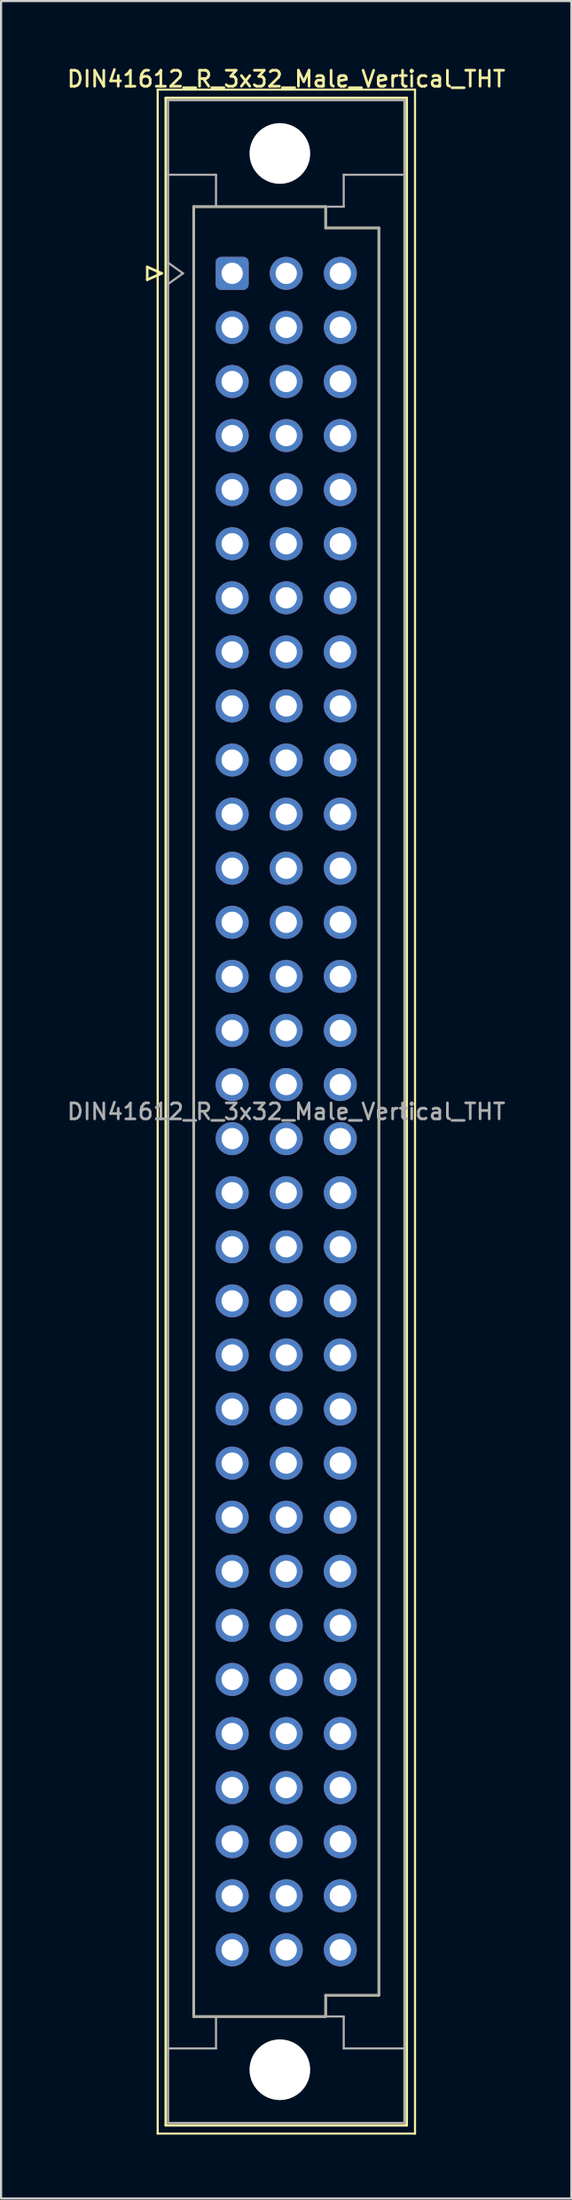
<source format=kicad_pcb>
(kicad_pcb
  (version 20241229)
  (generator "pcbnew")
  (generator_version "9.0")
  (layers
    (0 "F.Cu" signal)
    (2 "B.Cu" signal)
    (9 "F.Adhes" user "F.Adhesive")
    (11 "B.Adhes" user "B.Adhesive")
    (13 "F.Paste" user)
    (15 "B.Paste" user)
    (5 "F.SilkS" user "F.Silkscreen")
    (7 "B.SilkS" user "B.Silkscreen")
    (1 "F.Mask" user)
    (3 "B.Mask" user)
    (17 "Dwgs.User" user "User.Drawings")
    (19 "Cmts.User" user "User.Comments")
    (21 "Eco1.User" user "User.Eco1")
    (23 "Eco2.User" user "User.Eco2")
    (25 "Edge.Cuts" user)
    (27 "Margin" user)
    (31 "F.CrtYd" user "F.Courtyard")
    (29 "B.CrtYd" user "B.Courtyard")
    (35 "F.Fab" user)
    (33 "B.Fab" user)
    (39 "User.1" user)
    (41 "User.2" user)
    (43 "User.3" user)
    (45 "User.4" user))
  (footprint "DIN41612_R_3x32_Male_Vertical_THT"
    (layer "F.Cu")
    (at 7.858 9.788)
    (property "Reference" "DIN41612_R_3x32_Male_Vertical_THT" (at 2.54 -9.13 0) (layer "F.SilkS") (effects (font (size 0.75 0.75) (thickness 0.125))))
    (attr through_hole)
    (fp_line (start -3.99 -0.3) (end -3.99 0.3) (stroke (width 0.12) (type solid)) (layer "F.SilkS"))
    (fp_line (start -3.99 0.3) (end -3.31 0) (stroke (width 0.12) (type solid)) (layer "F.SilkS"))
    (fp_line (start -3.5 -8.63) (end 8.59 -8.63) (stroke (width 0.1) (type solid)) (layer "F.SilkS"))
    (fp_line (start -3.5 87.37) (end -3.5 -8.63) (stroke (width 0.1) (type solid)) (layer "F.SilkS"))
    (fp_line (start -3.31 0) (end -3.99 -0.3) (stroke (width 0.12) (type solid)) (layer "F.SilkS"))
    (fp_line (start -3.12 -8.24) (end 8.2 -8.24) (stroke (width 0.12) (type solid)) (layer "F.SilkS"))
    (fp_line (start -3.12 86.98) (end -3.12 -8.24) (stroke (width 0.12) (type solid)) (layer "F.SilkS"))
    (fp_line (start -1.81 -3.131) (end 4.39 -3.131) (stroke (width 0.12) (type solid)) (layer "F.SilkS"))
    (fp_line (start -1.81 81.87) (end -1.81 -3.131) (stroke (width 0.12) (type solid)) (layer "F.SilkS"))
    (fp_line (start 4.39 -3.131) (end 4.39 -2.131) (stroke (width 0.12) (type solid)) (layer "F.SilkS"))
    (fp_line (start 4.39 -2.131) (end 6.89 -2.131) (stroke (width 0.12) (type solid)) (layer "F.SilkS"))
    (fp_line (start 4.39 80.87) (end 4.39 81.87) (stroke (width 0.12) (type solid)) (layer "F.SilkS"))
    (fp_line (start 4.39 81.87) (end -1.81 81.87) (stroke (width 0.12) (type solid)) (layer "F.SilkS"))
    (fp_line (start 6.89 -2.131) (end 6.89 80.87) (stroke (width 0.12) (type solid)) (layer "F.SilkS"))
    (fp_line (start 6.89 80.87) (end 4.39 80.87) (stroke (width 0.12) (type solid)) (layer "F.SilkS"))
    (fp_line (start 8.2 -8.24) (end 8.2 86.98) (stroke (width 0.12) (type solid)) (layer "F.SilkS"))
    (fp_line (start 8.2 86.98) (end -3.12 86.98) (stroke (width 0.12) (type solid)) (layer "F.SilkS"))
    (fp_line (start 8.59 -8.63) (end 8.59 87.37) (stroke (width 0.1) (type solid)) (layer "F.SilkS"))
    (fp_line (start 8.59 87.37) (end -3.5 87.37) (stroke (width 0.1) (type solid)) (layer "F.SilkS"))
    (fp_line (start -3.01 -8.13) (end 8.09 -8.13) (stroke (width 0.1) (type solid)) (layer "F.Fab"))
    (fp_line (start -3.01 -4.63) (end -0.76 -4.63) (stroke (width 0.1) (type solid)) (layer "F.Fab"))
    (fp_line (start -3.01 -0.5) (end -2.31 0) (stroke (width 0.1) (type solid)) (layer "F.Fab"))
    (fp_line (start -3.01 83.37) (end -0.76 83.37) (stroke (width 0.1) (type solid)) (layer "F.Fab"))
    (fp_line (start -3.01 86.87) (end -3.01 -8.13) (stroke (width 0.1) (type solid)) (layer "F.Fab"))
    (fp_line (start -2.31 0) (end -3.01 0.5) (stroke (width 0.1) (type solid)) (layer "F.Fab"))
    (fp_line (start -1.81 -3.13) (end 4.39 -3.13) (stroke (width 0.1) (type solid)) (layer "F.Fab"))
    (fp_line (start -1.81 81.87) (end -1.81 -3.13) (stroke (width 0.1) (type solid)) (layer "F.Fab"))
    (fp_line (start -0.76 -4.63) (end -0.76 -3.13) (stroke (width 0.1) (type solid)) (layer "F.Fab"))
    (fp_line (start -0.76 83.37) (end -0.76 81.87) (stroke (width 0.1) (type solid)) (layer "F.Fab"))
    (fp_line (start 4.39 -3.13) (end 4.39 -2.13) (stroke (width 0.1) (type solid)) (layer "F.Fab"))
    (fp_line (start 4.39 -3.13) (end 5.24 -3.13) (stroke (width 0.1) (type solid)) (layer "F.Fab"))
    (fp_line (start 4.39 -2.13) (end 6.89 -2.13) (stroke (width 0.1) (type solid)) (layer "F.Fab"))
    (fp_line (start 4.39 80.87) (end 4.39 81.87) (stroke (width 0.1) (type solid)) (layer "F.Fab"))
    (fp_line (start 4.39 81.87) (end -1.81 81.87) (stroke (width 0.1) (type solid)) (layer "F.Fab"))
    (fp_line (start 4.39 81.87) (end 5.24 81.87) (stroke (width 0.1) (type solid)) (layer "F.Fab"))
    (fp_line (start 5.24 -4.63) (end 8.09 -4.63) (stroke (width 0.1) (type solid)) (layer "F.Fab"))
    (fp_line (start 5.24 -3.13) (end 5.24 -4.63) (stroke (width 0.1) (type solid)) (layer "F.Fab"))
    (fp_line (start 5.24 81.87) (end 5.24 83.37) (stroke (width 0.1) (type solid)) (layer "F.Fab"))
    (fp_line (start 5.24 83.37) (end 8.09 83.37) (stroke (width 0.1) (type solid)) (layer "F.Fab"))
    (fp_line (start 6.89 -2.13) (end 6.89 80.87) (stroke (width 0.1) (type solid)) (layer "F.Fab"))
    (fp_line (start 6.89 80.87) (end 4.39 80.87) (stroke (width 0.1) (type solid)) (layer "F.Fab"))
    (fp_line (start 8.09 -8.13) (end 8.09 86.87) (stroke (width 0.1) (type solid)) (layer "F.Fab"))
    (fp_line (start 8.09 86.87) (end -3.01 86.87) (stroke (width 0.1) (type solid)) (layer "F.Fab"))
    (fp_text user "${REFERENCE}" (at 2.54 39.37 0) (layer "F.Fab") (effects (font (size 0.75 0.75) (thickness 0.125))))
    (pad "" np_thru_hole circle (at 2.24 -5.63) (size 2.85 2.85) (drill 2.85) (layers "*.Cu" "*.Mask"))
    (pad "" np_thru_hole circle (at 2.24 84.37) (size 2.85 2.85) (drill 2.85) (layers "*.Cu" "*.Mask"))
    (pad "a1" thru_hole roundrect (at 0 0) (size 1.55 1.55) (drill 1) (layers "*.Cu" "*.Mask") (roundrect_rratio 0.161))
    (pad "a2" thru_hole circle (at 0 2.54) (size 1.55 1.55) (drill 1) (layers "*.Cu" "*.Mask"))
    (pad "a3" thru_hole circle (at 0 5.08) (size 1.55 1.55) (drill 1) (layers "*.Cu" "*.Mask"))
    (pad "a4" thru_hole circle (at 0 7.62) (size 1.55 1.55) (drill 1) (layers "*.Cu" "*.Mask"))
    (pad "a5" thru_hole circle (at 0 10.16) (size 1.55 1.55) (drill 1) (layers "*.Cu" "*.Mask"))
    (pad "a6" thru_hole circle (at 0 12.7) (size 1.55 1.55) (drill 1) (layers "*.Cu" "*.Mask"))
    (pad "a7" thru_hole circle (at 0 15.24) (size 1.55 1.55) (drill 1) (layers "*.Cu" "*.Mask"))
    (pad "a8" thru_hole circle (at 0 17.78) (size 1.55 1.55) (drill 1) (layers "*.Cu" "*.Mask"))
    (pad "a9" thru_hole circle (at 0 20.32) (size 1.55 1.55) (drill 1) (layers "*.Cu" "*.Mask"))
    (pad "a10" thru_hole circle (at 0 22.86) (size 1.55 1.55) (drill 1) (layers "*.Cu" "*.Mask"))
    (pad "a11" thru_hole circle (at 0 25.4) (size 1.55 1.55) (drill 1) (layers "*.Cu" "*.Mask"))
    (pad "a12" thru_hole circle (at 0 27.94) (size 1.55 1.55) (drill 1) (layers "*.Cu" "*.Mask"))
    (pad "a13" thru_hole circle (at 0 30.48) (size 1.55 1.55) (drill 1) (layers "*.Cu" "*.Mask"))
    (pad "a14" thru_hole circle (at 0 33.02) (size 1.55 1.55) (drill 1) (layers "*.Cu" "*.Mask"))
    (pad "a15" thru_hole circle (at 0 35.56) (size 1.55 1.55) (drill 1) (layers "*.Cu" "*.Mask"))
    (pad "a16" thru_hole circle (at 0 38.1) (size 1.55 1.55) (drill 1) (layers "*.Cu" "*.Mask"))
    (pad "a17" thru_hole circle (at 0 40.64) (size 1.55 1.55) (drill 1) (layers "*.Cu" "*.Mask"))
    (pad "a18" thru_hole circle (at 0 43.18) (size 1.55 1.55) (drill 1) (layers "*.Cu" "*.Mask"))
    (pad "a19" thru_hole circle (at 0 45.72) (size 1.55 1.55) (drill 1) (layers "*.Cu" "*.Mask"))
    (pad "a20" thru_hole circle (at 0 48.26) (size 1.55 1.55) (drill 1) (layers "*.Cu" "*.Mask"))
    (pad "a21" thru_hole circle (at 0 50.8) (size 1.55 1.55) (drill 1) (layers "*.Cu" "*.Mask"))
    (pad "a22" thru_hole circle (at 0 53.34) (size 1.55 1.55) (drill 1) (layers "*.Cu" "*.Mask"))
    (pad "a23" thru_hole circle (at 0 55.88) (size 1.55 1.55) (drill 1) (layers "*.Cu" "*.Mask"))
    (pad "a24" thru_hole circle (at 0 58.42) (size 1.55 1.55) (drill 1) (layers "*.Cu" "*.Mask"))
    (pad "a25" thru_hole circle (at 0 60.96) (size 1.55 1.55) (drill 1) (layers "*.Cu" "*.Mask"))
    (pad "a26" thru_hole circle (at 0 63.5) (size 1.55 1.55) (drill 1) (layers "*.Cu" "*.Mask"))
    (pad "a27" thru_hole circle (at 0 66.04) (size 1.55 1.55) (drill 1) (layers "*.Cu" "*.Mask"))
    (pad "a28" thru_hole circle (at 0 68.58) (size 1.55 1.55) (drill 1) (layers "*.Cu" "*.Mask"))
    (pad "a29" thru_hole circle (at 0 71.12) (size 1.55 1.55) (drill 1) (layers "*.Cu" "*.Mask"))
    (pad "a30" thru_hole circle (at 0 73.66) (size 1.55 1.55) (drill 1) (layers "*.Cu" "*.Mask"))
    (pad "a31" thru_hole circle (at 0 76.2) (size 1.55 1.55) (drill 1) (layers "*.Cu" "*.Mask"))
    (pad "a32" thru_hole circle (at 0 78.74) (size 1.55 1.55) (drill 1) (layers "*.Cu" "*.Mask"))
    (pad "b1" thru_hole circle (at 2.54 0) (size 1.55 1.55) (drill 1) (layers "*.Cu" "*.Mask"))
    (pad "b2" thru_hole circle (at 2.54 2.54) (size 1.55 1.55) (drill 1) (layers "*.Cu" "*.Mask"))
    (pad "b3" thru_hole circle (at 2.54 5.08) (size 1.55 1.55) (drill 1) (layers "*.Cu" "*.Mask"))
    (pad "b4" thru_hole circle (at 2.54 7.62) (size 1.55 1.55) (drill 1) (layers "*.Cu" "*.Mask"))
    (pad "b5" thru_hole circle (at 2.54 10.16) (size 1.55 1.55) (drill 1) (layers "*.Cu" "*.Mask"))
    (pad "b6" thru_hole circle (at 2.54 12.7) (size 1.55 1.55) (drill 1) (layers "*.Cu" "*.Mask"))
    (pad "b7" thru_hole circle (at 2.54 15.24) (size 1.55 1.55) (drill 1) (layers "*.Cu" "*.Mask"))
    (pad "b8" thru_hole circle (at 2.54 17.78) (size 1.55 1.55) (drill 1) (layers "*.Cu" "*.Mask"))
    (pad "b9" thru_hole circle (at 2.54 20.32) (size 1.55 1.55) (drill 1) (layers "*.Cu" "*.Mask"))
    (pad "b10" thru_hole circle (at 2.54 22.86) (size 1.55 1.55) (drill 1) (layers "*.Cu" "*.Mask"))
    (pad "b11" thru_hole circle (at 2.54 25.4) (size 1.55 1.55) (drill 1) (layers "*.Cu" "*.Mask"))
    (pad "b12" thru_hole circle (at 2.54 27.94) (size 1.55 1.55) (drill 1) (layers "*.Cu" "*.Mask"))
    (pad "b13" thru_hole circle (at 2.54 30.48) (size 1.55 1.55) (drill 1) (layers "*.Cu" "*.Mask"))
    (pad "b14" thru_hole circle (at 2.54 33.02) (size 1.55 1.55) (drill 1) (layers "*.Cu" "*.Mask"))
    (pad "b15" thru_hole circle (at 2.54 35.56) (size 1.55 1.55) (drill 1) (layers "*.Cu" "*.Mask"))
    (pad "b16" thru_hole circle (at 2.54 38.1) (size 1.55 1.55) (drill 1) (layers "*.Cu" "*.Mask"))
    (pad "b17" thru_hole circle (at 2.54 40.64) (size 1.55 1.55) (drill 1) (layers "*.Cu" "*.Mask"))
    (pad "b18" thru_hole circle (at 2.54 43.18) (size 1.55 1.55) (drill 1) (layers "*.Cu" "*.Mask"))
    (pad "b19" thru_hole circle (at 2.54 45.72) (size 1.55 1.55) (drill 1) (layers "*.Cu" "*.Mask"))
    (pad "b20" thru_hole circle (at 2.54 48.26) (size 1.55 1.55) (drill 1) (layers "*.Cu" "*.Mask"))
    (pad "b21" thru_hole circle (at 2.54 50.8) (size 1.55 1.55) (drill 1) (layers "*.Cu" "*.Mask"))
    (pad "b22" thru_hole circle (at 2.54 53.34) (size 1.55 1.55) (drill 1) (layers "*.Cu" "*.Mask"))
    (pad "b23" thru_hole circle (at 2.54 55.88) (size 1.55 1.55) (drill 1) (layers "*.Cu" "*.Mask"))
    (pad "b24" thru_hole circle (at 2.54 58.42) (size 1.55 1.55) (drill 1) (layers "*.Cu" "*.Mask"))
    (pad "b25" thru_hole circle (at 2.54 60.96) (size 1.55 1.55) (drill 1) (layers "*.Cu" "*.Mask"))
    (pad "b26" thru_hole circle (at 2.54 63.5) (size 1.55 1.55) (drill 1) (layers "*.Cu" "*.Mask"))
    (pad "b27" thru_hole circle (at 2.54 66.04) (size 1.55 1.55) (drill 1) (layers "*.Cu" "*.Mask"))
    (pad "b28" thru_hole circle (at 2.54 68.58) (size 1.55 1.55) (drill 1) (layers "*.Cu" "*.Mask"))
    (pad "b29" thru_hole circle (at 2.54 71.12) (size 1.55 1.55) (drill 1) (layers "*.Cu" "*.Mask"))
    (pad "b30" thru_hole circle (at 2.54 73.66) (size 1.55 1.55) (drill 1) (layers "*.Cu" "*.Mask"))
    (pad "b31" thru_hole circle (at 2.54 76.2) (size 1.55 1.55) (drill 1) (layers "*.Cu" "*.Mask"))
    (pad "b32" thru_hole circle (at 2.54 78.74) (size 1.55 1.55) (drill 1) (layers "*.Cu" "*.Mask"))
    (pad "c1" thru_hole circle (at 5.08 0) (size 1.55 1.55) (drill 1) (layers "*.Cu" "*.Mask"))
    (pad "c2" thru_hole circle (at 5.08 2.54) (size 1.55 1.55) (drill 1) (layers "*.Cu" "*.Mask"))
    (pad "c3" thru_hole circle (at 5.08 5.08) (size 1.55 1.55) (drill 1) (layers "*.Cu" "*.Mask"))
    (pad "c4" thru_hole circle (at 5.08 7.62) (size 1.55 1.55) (drill 1) (layers "*.Cu" "*.Mask"))
    (pad "c5" thru_hole circle (at 5.08 10.16) (size 1.55 1.55) (drill 1) (layers "*.Cu" "*.Mask"))
    (pad "c6" thru_hole circle (at 5.08 12.7) (size 1.55 1.55) (drill 1) (layers "*.Cu" "*.Mask"))
    (pad "c7" thru_hole circle (at 5.08 15.24) (size 1.55 1.55) (drill 1) (layers "*.Cu" "*.Mask"))
    (pad "c8" thru_hole circle (at 5.08 17.78) (size 1.55 1.55) (drill 1) (layers "*.Cu" "*.Mask"))
    (pad "c9" thru_hole circle (at 5.08 20.32) (size 1.55 1.55) (drill 1) (layers "*.Cu" "*.Mask"))
    (pad "c10" thru_hole circle (at 5.08 22.86) (size 1.55 1.55) (drill 1) (layers "*.Cu" "*.Mask"))
    (pad "c11" thru_hole circle (at 5.08 25.4) (size 1.55 1.55) (drill 1) (layers "*.Cu" "*.Mask"))
    (pad "c12" thru_hole circle (at 5.08 27.94) (size 1.55 1.55) (drill 1) (layers "*.Cu" "*.Mask"))
    (pad "c13" thru_hole circle (at 5.08 30.48) (size 1.55 1.55) (drill 1) (layers "*.Cu" "*.Mask"))
    (pad "c14" thru_hole circle (at 5.08 33.02) (size 1.55 1.55) (drill 1) (layers "*.Cu" "*.Mask"))
    (pad "c15" thru_hole circle (at 5.08 35.56) (size 1.55 1.55) (drill 1) (layers "*.Cu" "*.Mask"))
    (pad "c16" thru_hole circle (at 5.08 38.1) (size 1.55 1.55) (drill 1) (layers "*.Cu" "*.Mask"))
    (pad "c17" thru_hole circle (at 5.08 40.64) (size 1.55 1.55) (drill 1) (layers "*.Cu" "*.Mask"))
    (pad "c18" thru_hole circle (at 5.08 43.18) (size 1.55 1.55) (drill 1) (layers "*.Cu" "*.Mask"))
    (pad "c19" thru_hole circle (at 5.08 45.72) (size 1.55 1.55) (drill 1) (layers "*.Cu" "*.Mask"))
    (pad "c20" thru_hole circle (at 5.08 48.26) (size 1.55 1.55) (drill 1) (layers "*.Cu" "*.Mask"))
    (pad "c21" thru_hole circle (at 5.08 50.8) (size 1.55 1.55) (drill 1) (layers "*.Cu" "*.Mask"))
    (pad "c22" thru_hole circle (at 5.08 53.34) (size 1.55 1.55) (drill 1) (layers "*.Cu" "*.Mask"))
    (pad "c23" thru_hole circle (at 5.08 55.88) (size 1.55 1.55) (drill 1) (layers "*.Cu" "*.Mask"))
    (pad "c24" thru_hole circle (at 5.08 58.42) (size 1.55 1.55) (drill 1) (layers "*.Cu" "*.Mask"))
    (pad "c25" thru_hole circle (at 5.08 60.96) (size 1.55 1.55) (drill 1) (layers "*.Cu" "*.Mask"))
    (pad "c26" thru_hole circle (at 5.08 63.5) (size 1.55 1.55) (drill 1) (layers "*.Cu" "*.Mask"))
    (pad "c27" thru_hole circle (at 5.08 66.04) (size 1.55 1.55) (drill 1) (layers "*.Cu" "*.Mask"))
    (pad "c28" thru_hole circle (at 5.08 68.58) (size 1.55 1.55) (drill 1) (layers "*.Cu" "*.Mask"))
    (pad "c29" thru_hole circle (at 5.08 71.12) (size 1.55 1.55) (drill 1) (layers "*.Cu" "*.Mask"))
    (pad "c30" thru_hole circle (at 5.08 73.66) (size 1.55 1.55) (drill 1) (layers "*.Cu" "*.Mask"))
    (pad "c31" thru_hole circle (at 5.08 76.2) (size 1.55 1.55) (drill 1) (layers "*.Cu" "*.Mask"))
    (pad "c32" thru_hole circle (at 5.08 78.74) (size 1.55 1.55) (drill 1) (layers "*.Cu" "*.Mask")))
  (gr_rect
    (start -3 -3)
    (end 23.796 100.208)
    (stroke (width 0.1) (type default))
    (fill no)
    (layer "Edge.Cuts")))
</source>
